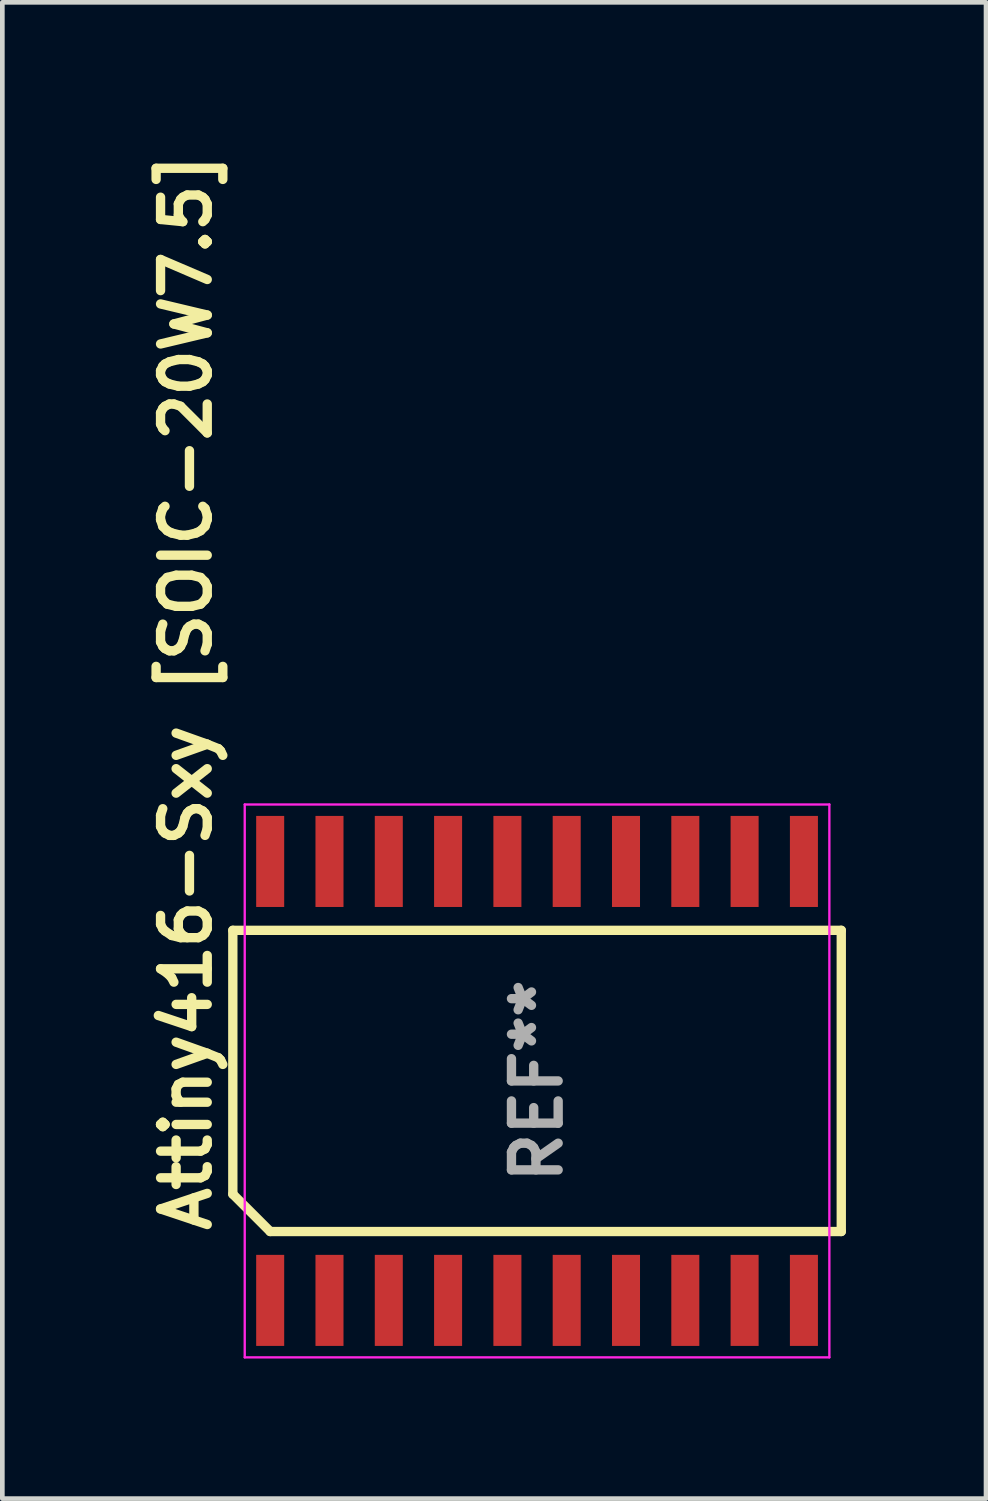
<source format=kicad_pcb>
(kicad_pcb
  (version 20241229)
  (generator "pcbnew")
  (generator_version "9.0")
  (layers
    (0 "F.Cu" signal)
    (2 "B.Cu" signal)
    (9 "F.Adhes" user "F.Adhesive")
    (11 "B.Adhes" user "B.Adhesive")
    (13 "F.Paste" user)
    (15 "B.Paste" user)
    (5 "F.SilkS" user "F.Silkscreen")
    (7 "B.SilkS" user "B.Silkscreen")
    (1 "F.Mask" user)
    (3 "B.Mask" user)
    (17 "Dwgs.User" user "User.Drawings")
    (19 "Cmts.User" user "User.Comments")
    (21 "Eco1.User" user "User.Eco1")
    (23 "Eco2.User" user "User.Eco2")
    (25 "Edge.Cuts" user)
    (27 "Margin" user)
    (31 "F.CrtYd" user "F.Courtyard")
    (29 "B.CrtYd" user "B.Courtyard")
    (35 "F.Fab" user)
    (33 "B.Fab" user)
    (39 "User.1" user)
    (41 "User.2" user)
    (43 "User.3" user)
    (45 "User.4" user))
  (footprint "Attiny416-Sxy [SOIC-20W7.5]"
    (layer "F.Cu")
    (at 8.451 20.098)
    (property "Reference" "Attiny416-Sxy [SOIC-20W7.5]" (at -7.515 3.302 90) (layer "F.SilkS") (effects (font (size 1 1) (thickness 0.2)) (justify left)))
    (attr smd)
    (fp_line (start -6.515 -3.225) (end 6.515 -3.225) (stroke (width 0.2) (type solid)) (layer "F.SilkS"))
    (fp_line (start -6.515 2.425) (end -6.515 -3.225) (stroke (width 0.2) (type solid)) (layer "F.SilkS"))
    (fp_line (start -5.715 3.225) (end -6.515 2.425) (stroke (width 0.2) (type solid)) (layer "F.SilkS"))
    (fp_line (start 6.515 -3.225) (end 6.515 3.225) (stroke (width 0.2) (type solid)) (layer "F.SilkS"))
    (fp_line (start 6.515 3.225) (end -5.715 3.225) (stroke (width 0.2) (type solid)) (layer "F.SilkS"))
    (fp_line (start -6.26 -5.92) (end 6.26 -5.92) (stroke (width 0.05) (type solid)) (layer "F.CrtYd"))
    (fp_line (start -6.26 5.92) (end -6.26 -5.92) (stroke (width 0.05) (type solid)) (layer "F.CrtYd"))
    (fp_line (start 6.26 -5.92) (end 6.26 5.92) (stroke (width 0.05) (type solid)) (layer "F.CrtYd"))
    (fp_line (start 6.26 5.92) (end -6.26 5.92) (stroke (width 0.05) (type solid)) (layer "F.CrtYd"))
    (fp_text user "REF**" (at 0 0 90) (unlocked yes) (layer "F.Fab") (effects (font (size 1 1) (thickness 0.2))))
    (pad "1" smd rect (at -5.715 4.7) (size 0.6 1.95) (layers "F.Cu" "F.Mask" "F.Paste"))
    (pad "2" smd rect (at -4.445 4.7) (size 0.6 1.95) (layers "F.Cu" "F.Mask" "F.Paste"))
    (pad "3" smd rect (at -3.175 4.7) (size 0.6 1.95) (layers "F.Cu" "F.Mask" "F.Paste"))
    (pad "4" smd rect (at -1.905 4.7) (size 0.6 1.95) (layers "F.Cu" "F.Mask" "F.Paste"))
    (pad "5" smd rect (at -0.635 4.7) (size 0.6 1.95) (layers "F.Cu" "F.Mask" "F.Paste"))
    (pad "6" smd rect (at 0.635 4.7) (size 0.6 1.95) (layers "F.Cu" "F.Mask" "F.Paste"))
    (pad "7" smd rect (at 1.905 4.7) (size 0.6 1.95) (layers "F.Cu" "F.Mask" "F.Paste"))
    (pad "8" smd rect (at 3.175 4.7) (size 0.6 1.95) (layers "F.Cu" "F.Mask" "F.Paste"))
    (pad "9" smd rect (at 4.445 4.7) (size 0.6 1.95) (layers "F.Cu" "F.Mask" "F.Paste"))
    (pad "10" smd rect (at 5.715 4.7) (size 0.6 1.95) (layers "F.Cu" "F.Mask" "F.Paste"))
    (pad "11" smd rect (at 5.715 -4.7) (size 0.6 1.95) (layers "F.Cu" "F.Mask" "F.Paste"))
    (pad "12" smd rect (at 4.445 -4.7) (size 0.6 1.95) (layers "F.Cu" "F.Mask" "F.Paste"))
    (pad "13" smd rect (at 3.175 -4.7) (size 0.6 1.95) (layers "F.Cu" "F.Mask" "F.Paste"))
    (pad "14" smd rect (at 1.905 -4.7) (size 0.6 1.95) (layers "F.Cu" "F.Mask" "F.Paste"))
    (pad "15" smd rect (at 0.635 -4.7) (size 0.6 1.95) (layers "F.Cu" "F.Mask" "F.Paste"))
    (pad "16" smd rect (at -0.635 -4.7) (size 0.6 1.95) (layers "F.Cu" "F.Mask" "F.Paste"))
    (pad "17" smd rect (at -1.905 -4.7) (size 0.6 1.95) (layers "F.Cu" "F.Mask" "F.Paste"))
    (pad "18" smd rect (at -3.175 -4.7) (size 0.6 1.95) (layers "F.Cu" "F.Mask" "F.Paste"))
    (pad "19" smd rect (at -4.445 -4.7) (size 0.6 1.95) (layers "F.Cu" "F.Mask" "F.Paste"))
    (pad "20" smd rect (at -5.715 -4.7) (size 0.6 1.95) (layers "F.Cu" "F.Mask" "F.Paste")))
  (gr_rect
    (start -3 -3)
    (end 18.066 29.043)
    (stroke (width 0.1) (type default))
    (fill no)
    (layer "Edge.Cuts")))
</source>
